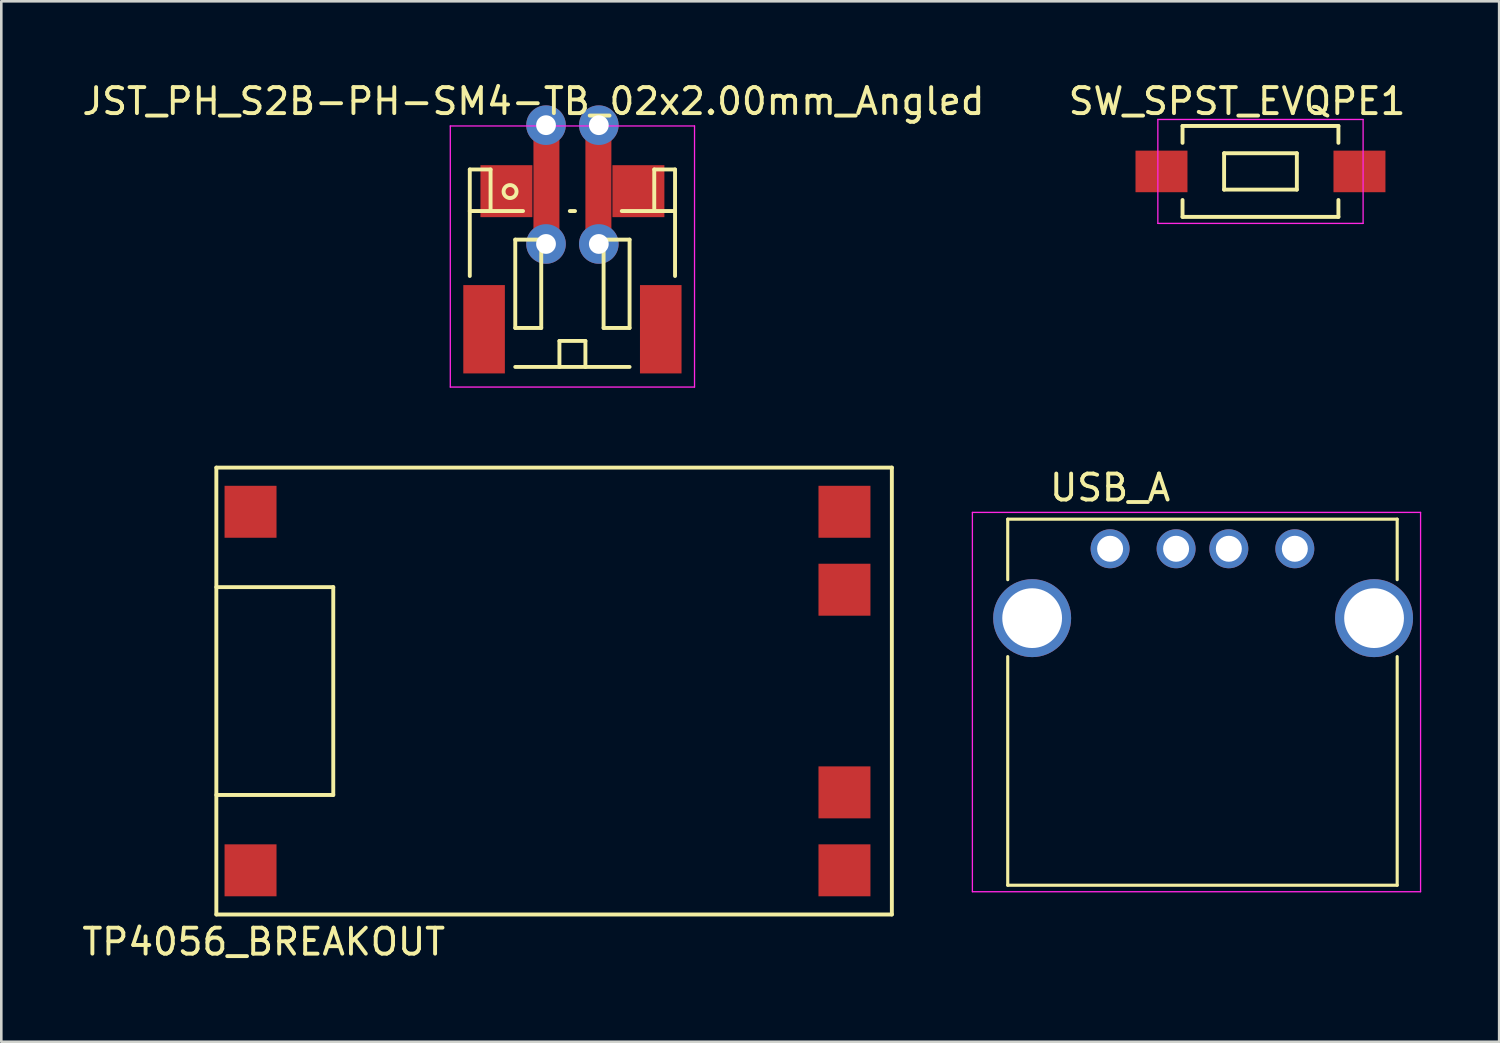
<source format=kicad_pcb>
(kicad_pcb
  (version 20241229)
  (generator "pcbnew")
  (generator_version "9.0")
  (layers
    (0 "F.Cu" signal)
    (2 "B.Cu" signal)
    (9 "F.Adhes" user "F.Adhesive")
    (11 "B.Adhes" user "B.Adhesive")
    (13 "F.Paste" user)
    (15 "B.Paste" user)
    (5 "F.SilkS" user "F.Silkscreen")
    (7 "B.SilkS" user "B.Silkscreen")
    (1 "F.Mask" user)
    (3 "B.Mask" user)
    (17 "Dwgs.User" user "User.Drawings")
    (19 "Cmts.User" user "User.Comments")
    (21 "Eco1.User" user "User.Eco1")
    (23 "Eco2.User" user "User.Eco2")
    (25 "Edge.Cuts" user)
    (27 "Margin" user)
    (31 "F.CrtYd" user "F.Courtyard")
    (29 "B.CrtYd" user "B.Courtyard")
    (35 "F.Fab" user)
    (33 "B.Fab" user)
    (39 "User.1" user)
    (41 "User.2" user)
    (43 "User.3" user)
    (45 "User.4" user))
  (footprint "USB_A"
    (layer "F.Cu")
    (at 39.677 18.072)
    (property "Reference" "USB_A" (at 0 -2.35 0) (layer "F.SilkS") (effects (font (size 1 1) (thickness 0.15))))
    (attr through_hole)
    (fp_line (start -3.94 -1.14) (end -3.94 1.19) (stroke (width 0.12) (type solid)) (layer "F.SilkS"))
    (fp_line (start -3.94 4.15) (end -3.94 12.95) (stroke (width 0.12) (type solid)) (layer "F.SilkS"))
    (fp_line (start 11.05 -1.14) (end -3.94 -1.14) (stroke (width 0.12) (type solid)) (layer "F.SilkS"))
    (fp_line (start 11.05 -1.14) (end 11.05 1.19) (stroke (width 0.12) (type solid)) (layer "F.SilkS"))
    (fp_line (start 11.05 4.15) (end 11.05 12.95) (stroke (width 0.12) (type solid)) (layer "F.SilkS"))
    (fp_line (start 11.05 12.95) (end -3.94 12.95) (stroke (width 0.12) (type solid)) (layer "F.SilkS"))
    (fp_line (start -5.3 -1.4) (end 11.95 -1.4) (stroke (width 0.05) (type solid)) (layer "F.CrtYd"))
    (fp_line (start -5.3 13.2) (end -5.3 -1.4) (stroke (width 0.05) (type solid)) (layer "F.CrtYd"))
    (fp_line (start -5.3 13.2) (end 11.95 13.2) (stroke (width 0.05) (type solid)) (layer "F.CrtYd"))
    (fp_line (start 11.95 -1.4) (end 11.95 13.2) (stroke (width 0.05) (type solid)) (layer "F.CrtYd"))
    (pad "1" thru_hole circle (at 0 0 270) (size 1.5 1.5) (drill 1) (layers "*.Cu" "*.Mask"))
    (pad "2" thru_hole circle (at 2.54 0 270) (size 1.5 1.5) (drill 1) (layers "*.Cu" "*.Mask"))
    (pad "3" thru_hole circle (at 4.57 0 270) (size 1.5 1.5) (drill 1) (layers "*.Cu" "*.Mask"))
    (pad "4" thru_hole circle (at 7.11 0 270) (size 1.5 1.5) (drill 1) (layers "*.Cu" "*.Mask"))
    (pad "5" thru_hole circle (at -3 2.67 270) (size 3 3) (drill 2.3) (layers "*.Cu" "*.Mask"))
    (pad "5" thru_hole circle (at 10.16 2.67 270) (size 3 3) (drill 2.3) (layers "*.Cu" "*.Mask")))
  (footprint "TP4056_BREAKOUT"
    (layer "F.Cu")
    (at 18.277 23.548)
    (property "Reference" "TP4056_BREAKOUT" (at -11.176 9.652 0) (layer "F.SilkS") (effects (font (size 1 1) (thickness 0.15))))
    (attr through_hole)
    (fp_line (start -13 -8.6) (end 13 -8.6) (stroke (width 0.15) (type solid)) (layer "F.SilkS"))
    (fp_line (start -13 -4) (end -8.5 -4) (stroke (width 0.15) (type solid)) (layer "F.SilkS"))
    (fp_line (start -13 8.6) (end -13 -8.6) (stroke (width 0.15) (type solid)) (layer "F.SilkS"))
    (fp_line (start -8.5 -4) (end -8.5 4) (stroke (width 0.15) (type solid)) (layer "F.SilkS"))
    (fp_line (start -8.5 4) (end -13 4) (stroke (width 0.15) (type solid)) (layer "F.SilkS"))
    (fp_line (start 13 -8.6) (end 13 8.6) (stroke (width 0.15) (type solid)) (layer "F.SilkS"))
    (fp_line (start 13 8.6) (end -13 8.6) (stroke (width 0.15) (type solid)) (layer "F.SilkS"))
    (pad "1" smd rect (at -11.684 -6.9) (size 2 2) (layers "F.Cu" "F.Mask" "F.Paste"))
    (pad "2" smd rect (at -11.684 6.9) (size 2 2) (layers "F.Cu" "F.Mask" "F.Paste"))
    (pad "3" smd rect (at 11.176 -6.9) (size 2 2) (layers "F.Cu" "F.Mask" "F.Paste"))
    (pad "4" smd rect (at 11.176 -3.9) (size 2 2) (layers "F.Cu" "F.Mask" "F.Paste"))
    (pad "5" smd rect (at 11.176 3.9) (size 2 2) (layers "F.Cu" "F.Mask" "F.Paste"))
    (pad "6" smd rect (at 11.176 6.9) (size 2 2) (layers "F.Cu" "F.Mask" "F.Paste")))
  (footprint "JST_PH_S2B-PH-SM4-TB_02x2.00mm_Angled"
    (layer "F.Cu")
    (at 18.982 6.848)
    (property "Reference" "JST_PH_S2B-PH-SM4-TB_02x2.00mm_Angled" (at -1.5 -6 0) (layer "F.SilkS") (effects (font (size 1 1) (thickness 0.15))))
    (attr smd)
    (fp_line (start -3.95 -3.375) (end -3.95 0.725) (stroke (width 0.15) (type solid)) (layer "F.SilkS"))
    (fp_line (start -3.15 -3.375) (end -3.95 -3.375) (stroke (width 0.15) (type solid)) (layer "F.SilkS"))
    (fp_line (start -3.15 -1.775) (end -3.95 -1.775) (stroke (width 0.15) (type solid)) (layer "F.SilkS"))
    (fp_line (start -3.15 -1.775) (end -3.15 -3.375) (stroke (width 0.15) (type solid)) (layer "F.SilkS"))
    (fp_line (start -2.2 -0.675) (end -2.2 2.725) (stroke (width 0.15) (type solid)) (layer "F.SilkS"))
    (fp_line (start -2.2 2.725) (end -1.2 2.725) (stroke (width 0.15) (type solid)) (layer "F.SilkS"))
    (fp_line (start -2.2 4.225) (end 2.2 4.225) (stroke (width 0.15) (type solid)) (layer "F.SilkS"))
    (fp_line (start -1.9 -1.775) (end -3.15 -1.775) (stroke (width 0.15) (type solid)) (layer "F.SilkS"))
    (fp_line (start -1.2 -0.675) (end -2.2 -0.675) (stroke (width 0.15) (type solid)) (layer "F.SilkS"))
    (fp_line (start -1.2 2.725) (end -1.2 -0.675) (stroke (width 0.15) (type solid)) (layer "F.SilkS"))
    (fp_line (start -0.5 3.225) (end 0.5 3.225) (stroke (width 0.15) (type solid)) (layer "F.SilkS"))
    (fp_line (start -0.5 4.225) (end -0.5 3.225) (stroke (width 0.15) (type solid)) (layer "F.SilkS"))
    (fp_line (start -0.1 -1.775) (end 0.1 -1.775) (stroke (width 0.15) (type solid)) (layer "F.SilkS"))
    (fp_line (start 0.5 3.225) (end 0.5 4.225) (stroke (width 0.15) (type solid)) (layer "F.SilkS"))
    (fp_line (start 1.2 -0.675) (end 2.2 -0.675) (stroke (width 0.15) (type solid)) (layer "F.SilkS"))
    (fp_line (start 1.2 2.725) (end 1.2 -0.675) (stroke (width 0.15) (type solid)) (layer "F.SilkS"))
    (fp_line (start 1.9 -1.775) (end 3.15 -1.775) (stroke (width 0.15) (type solid)) (layer "F.SilkS"))
    (fp_line (start 2.2 -0.675) (end 2.2 2.725) (stroke (width 0.15) (type solid)) (layer "F.SilkS"))
    (fp_line (start 2.2 2.725) (end 1.2 2.725) (stroke (width 0.15) (type solid)) (layer "F.SilkS"))
    (fp_line (start 3.15 -3.375) (end 3.95 -3.375) (stroke (width 0.15) (type solid)) (layer "F.SilkS"))
    (fp_line (start 3.15 -1.775) (end 3.15 -3.375) (stroke (width 0.15) (type solid)) (layer "F.SilkS"))
    (fp_line (start 3.15 -1.775) (end 3.95 -1.775) (stroke (width 0.15) (type solid)) (layer "F.SilkS"))
    (fp_line (start 3.95 -3.375) (end 3.95 0.725) (stroke (width 0.15) (type solid)) (layer "F.SilkS"))
    (fp_circle (center -2.4 -2.525) (end -2.15 -2.525) (stroke (width 0.15) (type solid)) (fill no) (layer "F.SilkS"))
    (fp_line (start -4.7 -5.05) (end 4.7 -5.05) (stroke (width 0.05) (type solid)) (layer "F.CrtYd"))
    (fp_line (start -4.7 5) (end -4.7 -5.05) (stroke (width 0.05) (type solid)) (layer "F.CrtYd"))
    (fp_line (start 4.7 -5.05) (end 4.7 5) (stroke (width 0.05) (type solid)) (layer "F.CrtYd"))
    (fp_line (start 4.7 5) (end -4.7 5) (stroke (width 0.05) (type solid)) (layer "F.CrtYd"))
    (pad "" smd rect (at -3.4 2.775) (size 1.6 3.4) (layers "F.Cu" "F.Mask" "F.Paste"))
    (pad "" smd rect (at 3.4 2.775) (size 1.6 3.4) (layers "F.Cu" "F.Mask" "F.Paste"))
    (pad "1" smd rect (at -2.54 -2.54) (size 2 2) (layers "F.Cu" "F.Mask" "F.Paste"))
    (pad "1" thru_hole circle (at -1.016 -5.08) (size 1.524 1.524) (drill 0.762) (layers "*.Cu" "*.Mask"))
    (pad "1" thru_hole circle (at -1.016 -0.508) (size 1.524 1.524) (drill 0.762) (layers "*.Cu" "*.Mask"))
    (pad "1" smd rect (at -1 -2.775) (size 1 3.5) (layers "F.Cu" "F.Mask" "F.Paste"))
    (pad "2" smd rect (at 1 -2.775) (size 1 3.5) (layers "F.Cu" "F.Mask" "F.Paste"))
    (pad "2" thru_hole circle (at 1.016 -5.08) (size 1.524 1.524) (drill 0.762) (layers "*.Cu" "*.Mask"))
    (pad "2" thru_hole circle (at 1.016 -0.508) (size 1.524 1.524) (drill 0.762) (layers "*.Cu" "*.Mask"))
    (pad "2" smd rect (at 2.54 -2.54) (size 2 2) (layers "F.Cu" "F.Mask" "F.Paste")))
  (footprint "SW_SPST_EVQPE1"
    (layer "F.Cu")
    (at 45.465 3.548)
    (property "Reference" "SW_SPST_EVQPE1" (at -0.9 -2.7 0) (layer "F.SilkS") (effects (font (size 1 1) (thickness 0.15))))
    (attr smd)
    (fp_line (start -3 -1.75) (end -3 -1.1) (stroke (width 0.15) (type solid)) (layer "F.SilkS"))
    (fp_line (start -3 1.1) (end -3 1.75) (stroke (width 0.15) (type solid)) (layer "F.SilkS"))
    (fp_line (start -3 1.75) (end 3 1.75) (stroke (width 0.15) (type solid)) (layer "F.SilkS"))
    (fp_line (start -1.4 -0.7) (end 1.4 -0.7) (stroke (width 0.15) (type solid)) (layer "F.SilkS"))
    (fp_line (start -1.4 0.7) (end -1.4 -0.7) (stroke (width 0.15) (type solid)) (layer "F.SilkS"))
    (fp_line (start 1.4 -0.7) (end 1.4 0.7) (stroke (width 0.15) (type solid)) (layer "F.SilkS"))
    (fp_line (start 1.4 0.7) (end -1.4 0.7) (stroke (width 0.15) (type solid)) (layer "F.SilkS"))
    (fp_line (start 3 -1.75) (end -3 -1.75) (stroke (width 0.15) (type solid)) (layer "F.SilkS"))
    (fp_line (start 3 -1.75) (end 3 -1.1) (stroke (width 0.15) (type solid)) (layer "F.SilkS"))
    (fp_line (start 3 1.75) (end 3 1.1) (stroke (width 0.15) (type solid)) (layer "F.SilkS"))
    (fp_line (start -3.95 -2) (end 3.95 -2) (stroke (width 0.05) (type solid)) (layer "F.CrtYd"))
    (fp_line (start -3.95 2) (end -3.95 -2) (stroke (width 0.05) (type solid)) (layer "F.CrtYd"))
    (fp_line (start 3.95 -2) (end 3.95 2) (stroke (width 0.05) (type solid)) (layer "F.CrtYd"))
    (fp_line (start 3.95 2) (end -3.95 2) (stroke (width 0.05) (type solid)) (layer "F.CrtYd"))
    (pad "1" smd rect (at -3.81 0) (size 2 1.6) (layers "F.Cu" "F.Mask" "F.Paste"))
    (pad "2" smd rect (at 3.81 0) (size 2 1.6) (layers "F.Cu" "F.Mask" "F.Paste")))
  (gr_rect
    (start -3 -3)
    (end 54.652 37.048)
    (stroke (width 0.1) (type default))
    (fill no)
    (layer "Edge.Cuts")))
</source>
